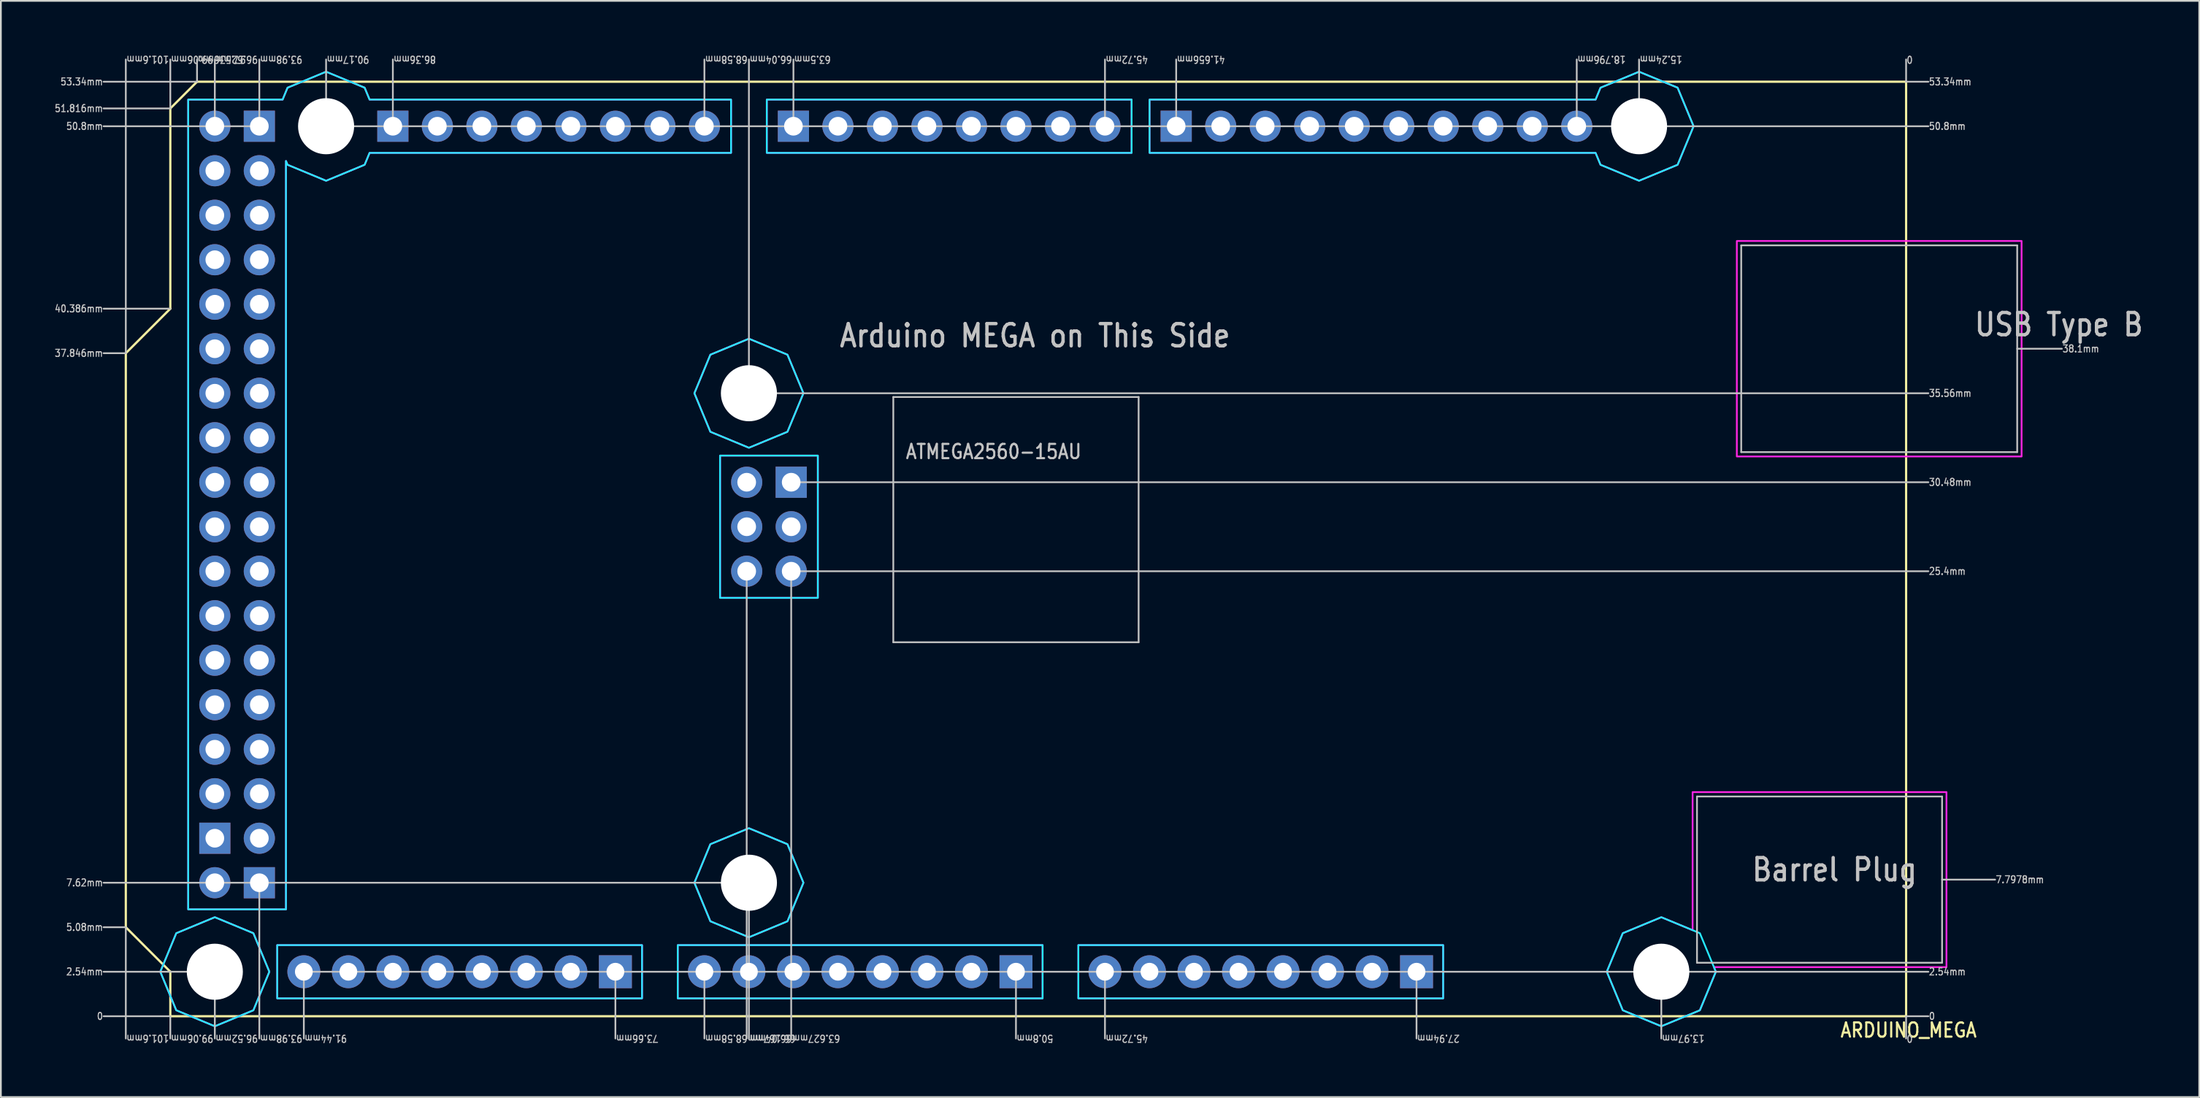
<source format=kicad_pcb>
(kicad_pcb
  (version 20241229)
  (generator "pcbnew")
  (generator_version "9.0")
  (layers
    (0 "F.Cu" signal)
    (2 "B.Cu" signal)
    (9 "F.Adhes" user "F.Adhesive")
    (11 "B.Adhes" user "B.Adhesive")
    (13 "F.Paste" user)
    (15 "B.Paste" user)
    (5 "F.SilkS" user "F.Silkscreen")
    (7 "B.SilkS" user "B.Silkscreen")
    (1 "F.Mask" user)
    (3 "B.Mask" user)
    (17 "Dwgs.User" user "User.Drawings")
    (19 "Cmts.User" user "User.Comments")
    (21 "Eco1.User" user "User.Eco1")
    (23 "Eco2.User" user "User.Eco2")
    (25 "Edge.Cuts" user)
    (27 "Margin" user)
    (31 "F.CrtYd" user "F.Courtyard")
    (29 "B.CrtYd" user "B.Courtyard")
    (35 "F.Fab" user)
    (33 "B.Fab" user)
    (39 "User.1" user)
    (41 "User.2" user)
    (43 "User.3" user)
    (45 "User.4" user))
  (footprint "ARDUINO_MEGA"
    (layer "F.Cu")
    (at 105.73 54.955)
    (property "Reference" "ARDUINO_MEGA" (at -3.81 1.27 0) (unlocked yes) (layer "F.SilkS") (effects (font (size 0.813 0.695) (thickness 0.122)) (justify left bottom)))
    (fp_circle (center -96.52 -2.54) (end -93.67 -2.54) (stroke (width 0) (type solid)) (fill yes) (layer "F.Mask"))
    (fp_circle (center -96.52 -2.54) (end -93.67 -2.54) (stroke (width 0) (type solid)) (fill yes) (layer "F.Mask"))
    (fp_circle (center -90.17 -50.8) (end -87.32 -50.8) (stroke (width 0) (type solid)) (fill yes) (layer "F.Mask"))
    (fp_circle (center -90.17 -50.8) (end -87.32 -50.8) (stroke (width 0) (type solid)) (fill yes) (layer "F.Mask"))
    (fp_circle (center -66.04 -35.56) (end -63.19 -35.56) (stroke (width 0) (type solid)) (fill yes) (layer "F.Mask"))
    (fp_circle (center -66.04 -35.56) (end -63.19 -35.56) (stroke (width 0) (type solid)) (fill yes) (layer "F.Mask"))
    (fp_circle (center -66.04 -7.62) (end -63.19 -7.62) (stroke (width 0) (type solid)) (fill yes) (layer "F.Mask"))
    (fp_circle (center -66.04 -7.62) (end -63.19 -7.62) (stroke (width 0) (type solid)) (fill yes) (layer "F.Mask"))
    (fp_circle (center -15.24 -50.8) (end -12.39 -50.8) (stroke (width 0) (type solid)) (fill yes) (layer "F.Mask"))
    (fp_circle (center -15.24 -50.8) (end -12.39 -50.8) (stroke (width 0) (type solid)) (fill yes) (layer "F.Mask"))
    (fp_circle (center -13.97 -2.54) (end -11.12 -2.54) (stroke (width 0) (type solid)) (fill yes) (layer "F.Mask"))
    (fp_circle (center -13.97 -2.54) (end -11.12 -2.54) (stroke (width 0) (type solid)) (fill yes) (layer "F.Mask"))
    (fp_circle (center -96.52 -2.54) (end -93.67 -2.54) (stroke (width 0) (type solid)) (fill yes) (layer "B.Mask"))
    (fp_circle (center -90.17 -50.8) (end -87.32 -50.8) (stroke (width 0) (type solid)) (fill yes) (layer "B.Mask"))
    (fp_circle (center -66.04 -35.56) (end -63.19 -35.56) (stroke (width 0) (type solid)) (fill yes) (layer "B.Mask"))
    (fp_circle (center -66.04 -7.62) (end -63.19 -7.62) (stroke (width 0) (type solid)) (fill yes) (layer "B.Mask"))
    (fp_circle (center -15.24 -50.8) (end -12.39 -50.8) (stroke (width 0) (type solid)) (fill yes) (layer "B.Mask"))
    (fp_circle (center -13.97 -2.54) (end -11.12 -2.54) (stroke (width 0) (type solid)) (fill yes) (layer "B.Mask"))
    (fp_line (start -101.6 -37.846) (end -101.6 -5.08) (stroke (width 0.127) (type solid)) (layer "F.SilkS"))
    (fp_line (start -101.6 -5.08) (end -99.06 -2.54) (stroke (width 0.127) (type solid)) (layer "F.SilkS"))
    (fp_line (start -99.06 -51.816) (end -99.06 -40.386) (stroke (width 0.127) (type solid)) (layer "F.SilkS"))
    (fp_line (start -99.06 -40.386) (end -101.6 -37.846) (stroke (width 0.127) (type solid)) (layer "F.SilkS"))
    (fp_line (start -99.06 -2.54) (end -99.06 0) (stroke (width 0.127) (type solid)) (layer "F.SilkS"))
    (fp_line (start -99.06 0) (end 0 0) (stroke (width 0.127) (type solid)) (layer "F.SilkS"))
    (fp_line (start -97.536 -53.34) (end -99.06 -51.816) (stroke (width 0.127) (type solid)) (layer "F.SilkS"))
    (fp_line (start 0 -53.34) (end -97.536 -53.34) (stroke (width 0.127) (type solid)) (layer "F.SilkS"))
    (fp_line (start 0 0) (end 0 -53.34) (stroke (width 0.127) (type solid)) (layer "F.SilkS"))
    (fp_line (start -101.6 -37.846) (end -102.87 -37.846) (stroke (width 0.1) (type solid)) (layer "Dwgs.User"))
    (fp_line (start -101.6 -37.846) (end -101.6 -54.61) (stroke (width 0.1) (type solid)) (layer "Dwgs.User"))
    (fp_line (start -101.6 -5.08) (end -102.87 -5.08) (stroke (width 0.1) (type solid)) (layer "Dwgs.User"))
    (fp_line (start -101.6 -5.08) (end -101.6 1.27) (stroke (width 0.1) (type solid)) (layer "Dwgs.User"))
    (fp_line (start -99.06 -51.816) (end -102.87 -51.816) (stroke (width 0.1) (type solid)) (layer "Dwgs.User"))
    (fp_line (start -99.06 -51.816) (end -99.06 -54.61) (stroke (width 0.1) (type solid)) (layer "Dwgs.User"))
    (fp_line (start -99.06 -40.386) (end -102.87 -40.386) (stroke (width 0.1) (type solid)) (layer "Dwgs.User"))
    (fp_line (start -99.06 0) (end -102.87 0) (stroke (width 0.1) (type solid)) (layer "Dwgs.User"))
    (fp_line (start -99.06 0) (end -99.06 1.27) (stroke (width 0.1) (type solid)) (layer "Dwgs.User"))
    (fp_line (start -97.536 -53.34) (end -102.87 -53.34) (stroke (width 0.1) (type solid)) (layer "Dwgs.User"))
    (fp_line (start -97.536 -53.34) (end -97.536 -54.61) (stroke (width 0.1) (type solid)) (layer "Dwgs.User"))
    (fp_line (start -96.52 -50.8) (end -102.87 -50.8) (stroke (width 0.1) (type solid)) (layer "Dwgs.User"))
    (fp_line (start -96.52 -50.8) (end -96.52 -54.61) (stroke (width 0.1) (type solid)) (layer "Dwgs.User"))
    (fp_line (start -96.52 -2.54) (end -102.87 -2.54) (stroke (width 0.1) (type solid)) (layer "Dwgs.User"))
    (fp_line (start -96.52 -2.54) (end -96.52 1.27) (stroke (width 0.1) (type solid)) (layer "Dwgs.User"))
    (fp_line (start -93.98 -50.8) (end -96.52 -50.8) (stroke (width 0.1) (type solid)) (layer "Dwgs.User"))
    (fp_line (start -93.98 -50.8) (end -93.98 -54.61) (stroke (width 0.1) (type solid)) (layer "Dwgs.User"))
    (fp_line (start -93.98 -7.62) (end -93.98 1.27) (stroke (width 0.1) (type solid)) (layer "Dwgs.User"))
    (fp_line (start -91.44 -2.54) (end -91.44 1.27) (stroke (width 0.1) (type solid)) (layer "Dwgs.User"))
    (fp_line (start -91.44 -2.54) (end -13.97 -2.54) (stroke (width 0.1) (type solid)) (layer "Dwgs.User"))
    (fp_line (start -90.17 -50.8) (end -90.17 -54.61) (stroke (width 0.1) (type solid)) (layer "Dwgs.User"))
    (fp_line (start -90.17 -50.8) (end -86.36 -50.8) (stroke (width 0.1) (type solid)) (layer "Dwgs.User"))
    (fp_line (start -86.36 -50.8) (end -86.36 -54.61) (stroke (width 0.1) (type solid)) (layer "Dwgs.User"))
    (fp_line (start -86.36 -50.8) (end -68.58 -50.8) (stroke (width 0.1) (type solid)) (layer "Dwgs.User"))
    (fp_line (start -73.66 -2.54) (end -73.66 1.27) (stroke (width 0.1) (type solid)) (layer "Dwgs.User"))
    (fp_line (start -68.58 -50.8) (end -68.58 -54.61) (stroke (width 0.1) (type solid)) (layer "Dwgs.User"))
    (fp_line (start -68.58 -50.8) (end -63.5 -50.8) (stroke (width 0.1) (type solid)) (layer "Dwgs.User"))
    (fp_line (start -68.58 -2.54) (end -68.58 1.27) (stroke (width 0.1) (type solid)) (layer "Dwgs.User"))
    (fp_line (start -66.167 -25.4) (end -66.167 1.27) (stroke (width 0.1) (type solid)) (layer "Dwgs.User"))
    (fp_line (start -66.04 -35.56) (end -66.04 -54.61) (stroke (width 0.1) (type solid)) (layer "Dwgs.User"))
    (fp_line (start -66.04 -35.56) (end 1.27 -35.56) (stroke (width 0.1) (type solid)) (layer "Dwgs.User"))
    (fp_line (start -66.04 -7.62) (end -102.87 -7.62) (stroke (width 0.1) (type solid)) (layer "Dwgs.User"))
    (fp_line (start -66.04 -7.62) (end -66.04 1.27) (stroke (width 0.1) (type solid)) (layer "Dwgs.User"))
    (fp_line (start -63.627 -25.4) (end -63.627 1.27) (stroke (width 0.1) (type solid)) (layer "Dwgs.User"))
    (fp_line (start -63.627 -25.4) (end 1.27 -25.4) (stroke (width 0.1) (type solid)) (layer "Dwgs.User"))
    (fp_line (start -63.5 -50.8) (end -63.5 -54.61) (stroke (width 0.1) (type solid)) (layer "Dwgs.User"))
    (fp_line (start -63.5 -50.8) (end -45.72 -50.8) (stroke (width 0.1) (type solid)) (layer "Dwgs.User"))
    (fp_line (start -63.5 -30.48) (end 1.27 -30.48) (stroke (width 0.1) (type solid)) (layer "Dwgs.User"))
    (fp_line (start -57.8 -35.346) (end -57.8 -21.346) (stroke (width 0.1) (type solid)) (layer "Dwgs.User"))
    (fp_line (start -57.8 -21.346) (end -43.8 -21.346) (stroke (width 0.1) (type solid)) (layer "Dwgs.User"))
    (fp_line (start -50.8 -2.54) (end -50.8 1.27) (stroke (width 0.1) (type solid)) (layer "Dwgs.User"))
    (fp_line (start -45.72 -50.8) (end -45.72 -54.61) (stroke (width 0.1) (type solid)) (layer "Dwgs.User"))
    (fp_line (start -45.72 -50.8) (end -41.656 -50.8) (stroke (width 0.1) (type solid)) (layer "Dwgs.User"))
    (fp_line (start -45.72 -2.54) (end -45.72 1.27) (stroke (width 0.1) (type solid)) (layer "Dwgs.User"))
    (fp_line (start -43.8 -35.346) (end -57.8 -35.346) (stroke (width 0.1) (type solid)) (layer "Dwgs.User"))
    (fp_line (start -43.8 -21.346) (end -43.8 -35.346) (stroke (width 0.1) (type solid)) (layer "Dwgs.User"))
    (fp_line (start -41.656 -50.8) (end -41.656 -54.61) (stroke (width 0.1) (type solid)) (layer "Dwgs.User"))
    (fp_line (start -41.656 -50.8) (end -18.796 -50.8) (stroke (width 0.1) (type solid)) (layer "Dwgs.User"))
    (fp_line (start -27.94 -2.54) (end -27.94 1.27) (stroke (width 0.1) (type solid)) (layer "Dwgs.User"))
    (fp_line (start -18.796 -50.8) (end -18.796 -54.61) (stroke (width 0.1) (type solid)) (layer "Dwgs.User"))
    (fp_line (start -18.796 -50.8) (end -15.24 -50.8) (stroke (width 0.1) (type solid)) (layer "Dwgs.User"))
    (fp_line (start -15.24 -50.8) (end -15.24 -54.61) (stroke (width 0.1) (type solid)) (layer "Dwgs.User"))
    (fp_line (start -15.24 -50.8) (end 1.27 -50.8) (stroke (width 0.1) (type solid)) (layer "Dwgs.User"))
    (fp_line (start -13.97 -2.54) (end -13.97 1.27) (stroke (width 0.1) (type solid)) (layer "Dwgs.User"))
    (fp_line (start -13.97 -2.54) (end 1.27 -2.54) (stroke (width 0.1) (type solid)) (layer "Dwgs.User"))
    (fp_line (start -11.934 -12.544) (end -11.934 -3.052) (stroke (width 0.1) (type solid)) (layer "Dwgs.User"))
    (fp_line (start -11.934 -3.052) (end 2.053 -3.052) (stroke (width 0.1) (type solid)) (layer "Dwgs.User"))
    (fp_line (start -9.41 -44) (end 6.34 -44) (stroke (width 0.1) (type solid)) (layer "Dwgs.User"))
    (fp_line (start -9.41 -32.2) (end -9.41 -44) (stroke (width 0.1) (type solid)) (layer "Dwgs.User"))
    (fp_line (start 0 -53.34) (end 0 -54.61) (stroke (width 0.1) (type solid)) (layer "Dwgs.User"))
    (fp_line (start 0 -53.34) (end 1.27 -53.34) (stroke (width 0.1) (type solid)) (layer "Dwgs.User"))
    (fp_line (start 0 0) (end 0 1.27) (stroke (width 0.1) (type solid)) (layer "Dwgs.User"))
    (fp_line (start 0 0) (end 1.27 0) (stroke (width 0.1) (type solid)) (layer "Dwgs.User"))
    (fp_line (start 2.053 -12.544) (end -11.934 -12.544) (stroke (width 0.1) (type solid)) (layer "Dwgs.User"))
    (fp_line (start 2.053 -3.052) (end 2.053 -12.544) (stroke (width 0.1) (type solid)) (layer "Dwgs.User"))
    (fp_line (start 5.08 -7.798) (end 2.053 -7.798) (stroke (width 0.1) (type solid)) (layer "Dwgs.User"))
    (fp_line (start 6.34 -44) (end 6.34 -32.2) (stroke (width 0.1) (type solid)) (layer "Dwgs.User"))
    (fp_line (start 6.34 -32.2) (end -9.41 -32.2) (stroke (width 0.1) (type solid)) (layer "Dwgs.User"))
    (fp_line (start 8.89 -38.1) (end 6.34 -38.1) (stroke (width 0.1) (type solid)) (layer "Dwgs.User"))
    (fp_poly (pts (xy -72.14 -4.06) (xy -92.96 -4.06) (xy -92.96 -1.02) (xy -72.14 -1.02)) (stroke (width 0.1) (type solid)) (fill no) (layer "B.CrtYd"))
    (fp_poly (pts (xy -62.107 -32) (xy -67.687 -32) (xy -67.687 -23.88) (xy -62.107 -23.88)) (stroke (width 0.1) (type solid)) (fill no) (layer "B.CrtYd"))
    (fp_poly (pts (xy -49.28 -4.06) (xy -70.1 -4.06) (xy -70.1 -1.02) (xy -49.28 -1.02)) (stroke (width 0.1) (type solid)) (fill no) (layer "B.CrtYd"))
    (fp_poly (pts (xy -44.2 -52.32) (xy -65.02 -52.32) (xy -65.02 -49.28) (xy -44.2 -49.28)) (stroke (width 0.1) (type solid)) (fill no) (layer "B.CrtYd"))
    (fp_poly (pts (xy -26.42 -4.06) (xy -47.24 -4.06) (xy -47.24 -1.02) (xy -26.42 -1.02)) (stroke (width 0.1) (type solid)) (fill no) (layer "B.CrtYd"))
    (fp_poly (pts (xy -99.632 -2.54) (xy -98.72 -4.74) (xy -96.52 -5.652) (xy -94.32 -4.74) (xy -93.408 -2.54) (xy -94.32 -0.34) (xy -96.52 0.572) (xy -98.72 -0.34)) (stroke (width 0.1) (type solid)) (fill no) (layer "B.CrtYd"))
    (fp_poly (pts (xy -69.152 -35.56) (xy -68.24 -37.76) (xy -66.04 -38.672) (xy -63.84 -37.76) (xy -62.928 -35.56) (xy -63.84 -33.36) (xy -66.04 -32.448) (xy -68.24 -33.36)) (stroke (width 0.1) (type solid)) (fill no) (layer "B.CrtYd"))
    (fp_poly (pts (xy -69.152 -7.62) (xy -68.24 -9.82) (xy -66.04 -10.732) (xy -63.84 -9.82) (xy -62.928 -7.62) (xy -63.84 -5.42) (xy -66.04 -4.508) (xy -68.24 -5.42)) (stroke (width 0.1) (type solid)) (fill no) (layer "B.CrtYd"))
    (fp_poly (pts (xy -17.082 -2.54) (xy -16.17 -4.74) (xy -13.97 -5.652) (xy -11.77 -4.74) (xy -10.858 -2.54) (xy -11.77 -0.34) (xy -13.97 0.572) (xy -16.17 -0.34)) (stroke (width 0.1) (type solid)) (fill no) (layer "B.CrtYd"))
    (fp_poly (pts (xy -17.722 -52.32) (xy -17.44 -53) (xy -15.24 -53.912) (xy -13.04 -53) (xy -12.128 -50.8) (xy -13.04 -48.6) (xy -15.24 -47.688) (xy -17.44 -48.6) (xy -17.722 -49.28) (xy -43.176 -49.28) (xy -43.176 -52.32)) (stroke (width 0.1) (type solid)) (fill no) (layer "B.CrtYd"))
    (fp_poly (pts (xy -92.652 -52.32) (xy -92.37 -53) (xy -90.17 -53.912) (xy -87.97 -53) (xy -87.688 -52.32) (xy -67.06 -52.32) (xy -67.06 -49.28) (xy -87.688 -49.28) (xy -87.97 -48.6) (xy -90.17 -47.688) (xy -92.37 -48.6) (xy -92.46 -48.816) (xy -92.46 -6.1) (xy -98.04 -6.1) (xy -98.04 -52.32)) (stroke (width 0.1) (type solid)) (fill no) (layer "B.CrtYd"))
    (fp_poly (pts (xy -72.14 -4.06) (xy -92.96 -4.06) (xy -92.96 -1.02) (xy -72.14 -1.02)) (stroke (width 0.1) (type solid)) (fill no) (layer "F.CrtYd"))
    (fp_poly (pts (xy -62.107 -32) (xy -67.687 -32) (xy -67.687 -23.88) (xy -62.107 -23.88)) (stroke (width 0.1) (type solid)) (fill no) (layer "F.CrtYd"))
    (fp_poly (pts (xy -49.28 -4.06) (xy -70.1 -4.06) (xy -70.1 -1.02) (xy -49.28 -1.02)) (stroke (width 0.1) (type solid)) (fill no) (layer "F.CrtYd"))
    (fp_poly (pts (xy -44.2 -52.32) (xy -65.02 -52.32) (xy -65.02 -49.28) (xy -44.2 -49.28)) (stroke (width 0.1) (type solid)) (fill no) (layer "F.CrtYd"))
    (fp_poly (pts (xy -26.42 -4.06) (xy -47.24 -4.06) (xy -47.24 -1.02) (xy -26.42 -1.02)) (stroke (width 0.1) (type solid)) (fill no) (layer "F.CrtYd"))
    (fp_poly (pts (xy 6.59 -44.25) (xy 6.59 -31.95) (xy -9.66 -31.95) (xy -9.66 -44.25)) (stroke (width 0.1) (type solid)) (fill no) (layer "F.CrtYd"))
    (fp_poly (pts (xy -99.632 -2.54) (xy -98.72 -4.74) (xy -96.52 -5.652) (xy -94.32 -4.74) (xy -93.408 -2.54) (xy -94.32 -0.34) (xy -96.52 0.572) (xy -98.72 -0.34)) (stroke (width 0.1) (type solid)) (fill no) (layer "F.CrtYd"))
    (fp_poly (pts (xy -69.152 -35.56) (xy -68.24 -37.76) (xy -66.04 -38.672) (xy -63.84 -37.76) (xy -62.928 -35.56) (xy -63.84 -33.36) (xy -66.04 -32.448) (xy -68.24 -33.36)) (stroke (width 0.1) (type solid)) (fill no) (layer "F.CrtYd"))
    (fp_poly (pts (xy -69.152 -7.62) (xy -68.24 -9.82) (xy -66.04 -10.732) (xy -63.84 -9.82) (xy -62.928 -7.62) (xy -63.84 -5.42) (xy -66.04 -4.508) (xy -68.24 -5.42)) (stroke (width 0.1) (type solid)) (fill no) (layer "F.CrtYd"))
    (fp_poly (pts (xy -17.722 -52.32) (xy -17.44 -53) (xy -15.24 -53.912) (xy -13.04 -53) (xy -12.128 -50.8) (xy -13.04 -48.6) (xy -15.24 -47.688) (xy -17.44 -48.6) (xy -17.722 -49.28) (xy -43.176 -49.28) (xy -43.176 -52.32)) (stroke (width 0.1) (type solid)) (fill no) (layer "F.CrtYd"))
    (fp_poly (pts (xy -17.082 -2.54) (xy -16.17 -4.74) (xy -13.97 -5.652) (xy -12.184 -4.912) (xy -12.184 -12.794) (xy 2.303 -12.794) (xy 2.303 -2.802) (xy -10.967 -2.802) (xy -10.858 -2.54) (xy -11.77 -0.34) (xy -13.97 0.572) (xy -16.17 -0.34)) (stroke (width 0.1) (type solid)) (fill no) (layer "F.CrtYd"))
    (fp_poly (pts (xy -92.652 -52.32) (xy -92.37 -53) (xy -90.17 -53.912) (xy -87.97 -53) (xy -87.688 -52.32) (xy -67.06 -52.32) (xy -67.06 -49.28) (xy -87.688 -49.28) (xy -87.97 -48.6) (xy -90.17 -47.688) (xy -92.37 -48.6) (xy -92.46 -48.816) (xy -92.46 -6.1) (xy -98.04 -6.1) (xy -98.04 -52.32)) (stroke (width 0.1) (type solid)) (fill no) (layer "F.CrtYd"))
    (fp_text user "90.17mm" (at -90.17 -54.61 180) (unlocked yes) (layer "Dwgs.User") (effects (font (size 0.406 0.347) (thickness 0.061)) (justify right)))
    (fp_text user "7.7978mm" (at 5.08 -7.798 0) (unlocked yes) (layer "Dwgs.User") (effects (font (size 0.406 0.347) (thickness 0.061)) (justify left)))
    (fp_text user "35.56mm" (at 1.27 -35.56 0) (unlocked yes) (layer "Dwgs.User") (effects (font (size 0.406 0.347) (thickness 0.061)) (justify left)))
    (fp_text user "63.5mm" (at -63.5 -54.61 180) (unlocked yes) (layer "Dwgs.User") (effects (font (size 0.406 0.347) (thickness 0.061)) (justify right)))
    (fp_text user "66.04mm" (at -66.04 -54.61 180) (unlocked yes) (layer "Dwgs.User") (effects (font (size 0.406 0.347) (thickness 0.061)) (justify right)))
    (fp_text user "13.97mm" (at -13.97 1.27 180) (unlocked yes) (layer "Dwgs.User") (effects (font (size 0.406 0.347) (thickness 0.061)) (justify right)))
    (fp_text user "86.36mm" (at -86.36 -54.61 180) (unlocked yes) (layer "Dwgs.User") (effects (font (size 0.406 0.347) (thickness 0.061)) (justify right)))
    (fp_text user "63.627mm" (at -63.627 1.27 180) (unlocked yes) (layer "Dwgs.User") (effects (font (size 0.406 0.347) (thickness 0.061)) (justify right)))
    (fp_text user "66.167mm" (at -66.167 1.27 180) (unlocked yes) (layer "Dwgs.User") (effects (font (size 0.406 0.347) (thickness 0.061)) (justify right)))
    (fp_text user "5.08mm" (at -102.87 -5.08 0) (unlocked yes) (layer "Dwgs.User") (effects (font (size 0.406 0.347) (thickness 0.061)) (justify right)))
    (fp_text user "50.8mm" (at -102.87 -50.8 0) (unlocked yes) (layer "Dwgs.User") (effects (font (size 0.406 0.347) (thickness 0.061)) (justify right)))
    (fp_text user "15.24mm" (at -15.24 -54.61 180) (unlocked yes) (layer "Dwgs.User") (effects (font (size 0.406 0.347) (thickness 0.061)) (justify right)))
    (fp_text user "68.58mm" (at -68.58 -54.61 180) (unlocked yes) (layer "Dwgs.User") (effects (font (size 0.406 0.347) (thickness 0.061)) (justify right)))
    (fp_text user "25.4mm" (at 1.27 -25.4 0) (unlocked yes) (layer "Dwgs.User") (effects (font (size 0.406 0.347) (thickness 0.061)) (justify left)))
    (fp_text user "2.54mm" (at -102.87 -2.54 0) (unlocked yes) (layer "Dwgs.User") (effects (font (size 0.406 0.347) (thickness 0.061)) (justify right)))
    (fp_text user "USB Type B" (at 3.81 -38.735 0) (unlocked yes) (layer "Dwgs.User") (effects (font (size 1.27 1.086) (thickness 0.191)) (justify left bottom)))
    (fp_text user "96.52mm" (at -96.52 1.27 180) (unlocked yes) (layer "Dwgs.User") (effects (font (size 0.406 0.347) (thickness 0.061)) (justify right)))
    (fp_text user "40.386mm" (at -102.87 -40.386 0) (unlocked yes) (layer "Dwgs.User") (effects (font (size 0.406 0.347) (thickness 0.061)) (justify right)))
    (fp_text user "18.796mm" (at -18.796 -54.61 180) (unlocked yes) (layer "Dwgs.User") (effects (font (size 0.406 0.347) (thickness 0.061)) (justify right)))
    (fp_text user "73.66mm" (at -73.66 1.27 180) (unlocked yes) (layer "Dwgs.User") (effects (font (size 0.406 0.347) (thickness 0.061)) (justify right)))
    (fp_text user "101.6mm" (at -101.6 1.27 180) (unlocked yes) (layer "Dwgs.User") (effects (font (size 0.406 0.347) (thickness 0.061)) (justify right)))
    (fp_text user "51.816mm" (at -102.87 -51.816 0) (unlocked yes) (layer "Dwgs.User") (effects (font (size 0.406 0.347) (thickness 0.061)) (justify right)))
    (fp_text user "0" (at 0 -54.61 180) (unlocked yes) (layer "Dwgs.User") (effects (font (size 0.406 0.347) (thickness 0.061)) (justify right)))
    (fp_text user "96.52mm" (at -96.52 -54.61 180) (unlocked yes) (layer "Dwgs.User") (effects (font (size 0.406 0.347) (thickness 0.061)) (justify right)))
    (fp_text user "68.58mm" (at -68.58 1.27 180) (unlocked yes) (layer "Dwgs.User") (effects (font (size 0.406 0.347) (thickness 0.061)) (justify right)))
    (fp_text user "99.06mm" (at -99.06 -54.61 180) (unlocked yes) (layer "Dwgs.User") (effects (font (size 0.406 0.347) (thickness 0.061)) (justify right)))
    (fp_text user "91.44mm" (at -91.44 1.27 180) (unlocked yes) (layer "Dwgs.User") (effects (font (size 0.406 0.347) (thickness 0.061)) (justify right)))
    (fp_text user "50.8mm" (at -50.8 1.27 180) (unlocked yes) (layer "Dwgs.User") (effects (font (size 0.406 0.347) (thickness 0.061)) (justify right)))
    (fp_text user "66.04mm" (at -66.04 1.27 180) (unlocked yes) (layer "Dwgs.User") (effects (font (size 0.406 0.347) (thickness 0.061)) (justify right)))
    (fp_text user "0" (at 0 1.27 180) (unlocked yes) (layer "Dwgs.User") (effects (font (size 0.406 0.347) (thickness 0.061)) (justify right)))
    (fp_text user "53.34mm" (at 1.27 -53.34 0) (unlocked yes) (layer "Dwgs.User") (effects (font (size 0.406 0.347) (thickness 0.061)) (justify left)))
    (fp_text user "Arduino MEGA on This Side" (at -60.96 -38.1 0) (unlocked yes) (layer "Dwgs.User") (effects (font (size 1.27 1.086) (thickness 0.191)) (justify left bottom)))
    (fp_text user "2.54mm" (at 1.27 -2.54 0) (unlocked yes) (layer "Dwgs.User") (effects (font (size 0.406 0.347) (thickness 0.061)) (justify left)))
    (fp_text user "45.72mm" (at -45.72 -54.61 180) (unlocked yes) (layer "Dwgs.User") (effects (font (size 0.406 0.347) (thickness 0.061)) (justify right)))
    (fp_text user "Barrel Plug" (at -8.89 -7.62 0) (unlocked yes) (layer "Dwgs.User") (effects (font (size 1.27 1.086) (thickness 0.191)) (justify left bottom)))
    (fp_text user "0" (at -102.87 0 0) (unlocked yes) (layer "Dwgs.User") (effects (font (size 0.406 0.347) (thickness 0.061)) (justify right)))
    (fp_text user "97.536mm" (at -97.536 -54.61 180) (unlocked yes) (layer "Dwgs.User") (effects (font (size 0.406 0.347) (thickness 0.061)) (justify right)))
    (fp_text user "ATMEGA2560-15AU" (at -57.15 -31.75 0) (unlocked yes) (layer "Dwgs.User") (effects (font (size 0.813 0.695) (thickness 0.122)) (justify left bottom)))
    (fp_text user "7.62mm" (at -102.87 -7.62 0) (unlocked yes) (layer "Dwgs.User") (effects (font (size 0.406 0.347) (thickness 0.061)) (justify right)))
    (fp_text user "101.6mm" (at -101.6 -54.61 180) (unlocked yes) (layer "Dwgs.User") (effects (font (size 0.406 0.347) (thickness 0.061)) (justify right)))
    (fp_text user "50.8mm" (at 1.27 -50.8 0) (unlocked yes) (layer "Dwgs.User") (effects (font (size 0.406 0.347) (thickness 0.061)) (justify left)))
    (fp_text user "93.98mm" (at -93.98 -54.61 180) (unlocked yes) (layer "Dwgs.User") (effects (font (size 0.406 0.347) (thickness 0.061)) (justify right)))
    (fp_text user "99.06mm" (at -99.06 1.27 180) (unlocked yes) (layer "Dwgs.User") (effects (font (size 0.406 0.347) (thickness 0.061)) (justify right)))
    (fp_text user "93.98mm" (at -93.98 1.27 180) (unlocked yes) (layer "Dwgs.User") (effects (font (size 0.406 0.347) (thickness 0.061)) (justify right)))
    (fp_text user "0" (at 1.27 0 0) (unlocked yes) (layer "Dwgs.User") (effects (font (size 0.406 0.347) (thickness 0.061)) (justify left)))
    (fp_text user "37.846mm" (at -102.87 -37.846 0) (unlocked yes) (layer "Dwgs.User") (effects (font (size 0.406 0.347) (thickness 0.061)) (justify right)))
    (fp_text user "45.72mm" (at -45.72 1.27 180) (unlocked yes) (layer "Dwgs.User") (effects (font (size 0.406 0.347) (thickness 0.061)) (justify right)))
    (fp_text user "53.34mm" (at -102.87 -53.34 0) (unlocked yes) (layer "Dwgs.User") (effects (font (size 0.406 0.347) (thickness 0.061)) (justify right)))
    (fp_text user "27.94mm" (at -27.94 1.27 180) (unlocked yes) (layer "Dwgs.User") (effects (font (size 0.406 0.347) (thickness 0.061)) (justify right)))
    (fp_text user "38.1mm" (at 8.89 -38.1 0) (unlocked yes) (layer "Dwgs.User") (effects (font (size 0.406 0.347) (thickness 0.061)) (justify left)))
    (fp_text user "30.48mm" (at 1.27 -30.48 0) (unlocked yes) (layer "Dwgs.User") (effects (font (size 0.406 0.347) (thickness 0.061)) (justify left)))
    (fp_text user "41.656mm" (at -41.656 -54.61 180) (unlocked yes) (layer "Dwgs.User") (effects (font (size 0.406 0.347) (thickness 0.061)) (justify right)))
    (pad "" np_thru_hole circle (at -96.52 -2.54) (size 3.2 3.2) (drill 3.2) (layers "*.Cu" "*.Mask"))
    (pad "" np_thru_hole circle (at -90.17 -50.8) (size 3.2 3.2) (drill 3.2) (layers "*.Cu" "*.Mask"))
    (pad "" np_thru_hole circle (at -66.04 -35.56) (size 3.2 3.2) (drill 3.2) (layers "*.Cu" "*.Mask"))
    (pad "" np_thru_hole circle (at -66.04 -7.62) (size 3.2 3.2) (drill 3.2) (layers "*.Cu" "*.Mask"))
    (pad "" np_thru_hole circle (at -15.24 -50.8) (size 3.2 3.2) (drill 3.2) (layers "*.Cu" "*.Mask"))
    (pad "" np_thru_hole circle (at -13.97 -2.54) (size 3.2 3.2) (drill 3.2) (layers "*.Cu" "*.Mask"))
    (pad "0" thru_hole rect (at -63.5 -50.8 270) (size 1.778 1.778) (drill 1.067) (layers "*.Cu" "*.Mask"))
    (pad "1" thru_hole oval (at -60.96 -50.8 270) (size 1.778 1.778) (drill 1.067) (layers "*.Cu" "*.Mask"))
    (pad "2" thru_hole oval (at -58.42 -50.8 270) (size 1.778 1.778) (drill 1.067) (layers "*.Cu" "*.Mask"))
    (pad "3" thru_hole oval (at -55.88 -50.8 270) (size 1.778 1.778) (drill 1.067) (layers "*.Cu" "*.Mask"))
    (pad "3V3" thru_hole oval (at -35.56 -2.54 90) (size 1.88 1.88) (drill 1.016) (layers "*.Cu" "*.Mask"))
    (pad "4" thru_hole oval (at -53.34 -50.8 270) (size 1.778 1.778) (drill 1.067) (layers "*.Cu" "*.Mask"))
    (pad "5" thru_hole oval (at -50.8 -50.8 270) (size 1.778 1.778) (drill 1.067) (layers "*.Cu" "*.Mask"))
    (pad "5V0" thru_hole oval (at -38.1 -2.54 90) (size 1.88 1.88) (drill 1.016) (layers "*.Cu" "*.Mask"))
    (pad "5V0_1" thru_hole rect (at -93.98 -50.8 90) (size 1.778 1.778) (drill 1.067) (layers "*.Cu" "*.Mask"))
    (pad "5V0_2" thru_hole oval (at -96.52 -50.8 90) (size 1.778 1.778) (drill 1.067) (layers "*.Cu" "*.Mask"))
    (pad "5V_2" thru_hole oval (at -66.167 -30.48 180) (size 1.778 1.778) (drill 1.067) (layers "*.Cu" "*.Mask"))
    (pad "6" thru_hole oval (at -48.26 -50.8 270) (size 1.778 1.778) (drill 1.067) (layers "*.Cu" "*.Mask"))
    (pad "7" thru_hole oval (at -45.72 -50.8 270) (size 1.778 1.778) (drill 1.067) (layers "*.Cu" "*.Mask"))
    (pad "8" thru_hole rect (at -41.656 -50.8 270) (size 1.778 1.778) (drill 1.067) (layers "*.Cu" "*.Mask"))
    (pad "9" thru_hole oval (at -39.116 -50.8 270) (size 1.778 1.778) (drill 1.067) (layers "*.Cu" "*.Mask"))
    (pad "10" thru_hole oval (at -36.576 -50.8 270) (size 1.778 1.778) (drill 1.067) (layers "*.Cu" "*.Mask"))
    (pad "11" thru_hole oval (at -34.036 -50.8 270) (size 1.778 1.778) (drill 1.067) (layers "*.Cu" "*.Mask"))
    (pad "12" thru_hole oval (at -31.496 -50.8 270) (size 1.778 1.778) (drill 1.067) (layers "*.Cu" "*.Mask"))
    (pad "13" thru_hole oval (at -28.956 -50.8 270) (size 1.778 1.778) (drill 1.067) (layers "*.Cu" "*.Mask"))
    (pad "14" thru_hole oval (at -68.58 -50.8 270) (size 1.778 1.778) (drill 1.067) (layers "*.Cu" "*.Mask"))
    (pad "15" thru_hole oval (at -71.12 -50.8 270) (size 1.778 1.778) (drill 1.067) (layers "*.Cu" "*.Mask"))
    (pad "16" thru_hole oval (at -73.66 -50.8 270) (size 1.778 1.778) (drill 1.067) (layers "*.Cu" "*.Mask"))
    (pad "17" thru_hole oval (at -76.2 -50.8 270) (size 1.778 1.778) (drill 1.067) (layers "*.Cu" "*.Mask"))
    (pad "18" thru_hole oval (at -78.74 -50.8 270) (size 1.778 1.778) (drill 1.067) (layers "*.Cu" "*.Mask"))
    (pad "19" thru_hole oval (at -81.28 -50.8 270) (size 1.778 1.778) (drill 1.067) (layers "*.Cu" "*.Mask"))
    (pad "20" thru_hole oval (at -83.82 -50.8 270) (size 1.778 1.778) (drill 1.067) (layers "*.Cu" "*.Mask"))
    (pad "21" thru_hole rect (at -86.36 -50.8 270) (size 1.778 1.778) (drill 1.067) (layers "*.Cu" "*.Mask"))
    (pad "22" thru_hole oval (at -93.98 -48.26) (size 1.778 1.778) (drill 1.067) (layers "*.Cu" "*.Mask"))
    (pad "23" thru_hole oval (at -96.52 -48.26) (size 1.778 1.778) (drill 1.067) (layers "*.Cu" "*.Mask"))
    (pad "24" thru_hole oval (at -93.98 -45.72) (size 1.778 1.778) (drill 1.067) (layers "*.Cu" "*.Mask"))
    (pad "25" thru_hole oval (at -96.52 -45.72) (size 1.778 1.778) (drill 1.067) (layers "*.Cu" "*.Mask"))
    (pad "26" thru_hole oval (at -93.98 -43.18) (size 1.778 1.778) (drill 1.067) (layers "*.Cu" "*.Mask"))
    (pad "27" thru_hole oval (at -96.52 -43.18) (size 1.778 1.778) (drill 1.067) (layers "*.Cu" "*.Mask"))
    (pad "28" thru_hole oval (at -93.98 -40.64) (size 1.778 1.778) (drill 1.067) (layers "*.Cu" "*.Mask"))
    (pad "29" thru_hole oval (at -96.52 -40.64) (size 1.778 1.778) (drill 1.067) (layers "*.Cu" "*.Mask"))
    (pad "30" thru_hole oval (at -93.98 -38.1) (size 1.778 1.778) (drill 1.067) (layers "*.Cu" "*.Mask"))
    (pad "31" thru_hole oval (at -96.52 -38.1) (size 1.778 1.778) (drill 1.067) (layers "*.Cu" "*.Mask"))
    (pad "32" thru_hole oval (at -93.98 -35.56) (size 1.778 1.778) (drill 1.067) (layers "*.Cu" "*.Mask"))
    (pad "33" thru_hole oval (at -96.52 -35.56) (size 1.778 1.778) (drill 1.067) (layers "*.Cu" "*.Mask"))
    (pad "34" thru_hole oval (at -93.98 -33.02) (size 1.778 1.778) (drill 1.067) (layers "*.Cu" "*.Mask"))
    (pad "35" thru_hole oval (at -96.52 -33.02) (size 1.778 1.778) (drill 1.067) (layers "*.Cu" "*.Mask"))
    (pad "36" thru_hole oval (at -93.98 -30.48) (size 1.778 1.778) (drill 1.067) (layers "*.Cu" "*.Mask"))
    (pad "37" thru_hole oval (at -96.52 -30.48) (size 1.778 1.778) (drill 1.067) (layers "*.Cu" "*.Mask"))
    (pad "38" thru_hole oval (at -93.98 -27.94) (size 1.778 1.778) (drill 1.067) (layers "*.Cu" "*.Mask"))
    (pad "39" thru_hole oval (at -96.52 -27.94) (size 1.778 1.778) (drill 1.067) (layers "*.Cu" "*.Mask"))
    (pad "40" thru_hole oval (at -93.98 -25.4) (size 1.778 1.778) (drill 1.067) (layers "*.Cu" "*.Mask"))
    (pad "41" thru_hole oval (at -96.52 -25.4) (size 1.778 1.778) (drill 1.067) (layers "*.Cu" "*.Mask"))
    (pad "42" thru_hole oval (at -93.98 -22.86) (size 1.778 1.778) (drill 1.067) (layers "*.Cu" "*.Mask"))
    (pad "43" thru_hole oval (at -96.52 -22.86) (size 1.778 1.778) (drill 1.067) (layers "*.Cu" "*.Mask"))
    (pad "44" thru_hole oval (at -93.98 -20.32) (size 1.778 1.778) (drill 1.067) (layers "*.Cu" "*.Mask"))
    (pad "45" thru_hole oval (at -96.52 -20.32) (size 1.778 1.778) (drill 1.067) (layers "*.Cu" "*.Mask"))
    (pad "46" thru_hole oval (at -93.98 -17.78) (size 1.778 1.778) (drill 1.067) (layers "*.Cu" "*.Mask"))
    (pad "47" thru_hole oval (at -96.52 -17.78) (size 1.778 1.778) (drill 1.067) (layers "*.Cu" "*.Mask"))
    (pad "48" thru_hole oval (at -93.98 -15.24) (size 1.778 1.778) (drill 1.067) (layers "*.Cu" "*.Mask"))
    (pad "49" thru_hole oval (at -96.52 -15.24) (size 1.778 1.778) (drill 1.067) (layers "*.Cu" "*.Mask"))
    (pad "50" thru_hole oval (at -93.98 -12.7) (size 1.778 1.778) (drill 1.067) (layers "*.Cu" "*.Mask"))
    (pad "51" thru_hole oval (at -96.52 -12.7) (size 1.778 1.778) (drill 1.067) (layers "*.Cu" "*.Mask"))
    (pad "52" thru_hole oval (at -93.98 -10.16) (size 1.778 1.778) (drill 1.067) (layers "*.Cu" "*.Mask"))
    (pad "53" thru_hole rect (at -96.52 -10.16) (size 1.778 1.778) (drill 1.067) (layers "*.Cu" "*.Mask"))
    (pad "A0" thru_hole rect (at -50.8 -2.54 90) (size 1.88 1.88) (drill 1.016) (layers "*.Cu" "*.Mask"))
    (pad "A1" thru_hole oval (at -53.34 -2.54 90) (size 1.88 1.88) (drill 1.016) (layers "*.Cu" "*.Mask"))
    (pad "A2" thru_hole oval (at -55.88 -2.54 90) (size 1.88 1.88) (drill 1.016) (layers "*.Cu" "*.Mask"))
    (pad "A3" thru_hole oval (at -58.42 -2.54 90) (size 1.88 1.88) (drill 1.016) (layers "*.Cu" "*.Mask"))
    (pad "A4" thru_hole oval (at -60.96 -2.54 90) (size 1.88 1.88) (drill 1.016) (layers "*.Cu" "*.Mask"))
    (pad "A5" thru_hole oval (at -63.5 -2.54 90) (size 1.88 1.88) (drill 1.016) (layers "*.Cu" "*.Mask"))
    (pad "A6" thru_hole oval (at -66.04 -2.54 90) (size 1.88 1.88) (drill 1.016) (layers "*.Cu" "*.Mask"))
    (pad "A7" thru_hole oval (at -68.58 -2.54 90) (size 1.88 1.88) (drill 1.016) (layers "*.Cu" "*.Mask"))
    (pad "A8" thru_hole rect (at -73.66 -2.54 90) (size 1.88 1.88) (drill 1.016) (layers "*.Cu" "*.Mask"))
    (pad "A9" thru_hole oval (at -76.2 -2.54 90) (size 1.88 1.88) (drill 1.016) (layers "*.Cu" "*.Mask"))
    (pad "A10" thru_hole oval (at -78.74 -2.54 90) (size 1.88 1.88) (drill 1.016) (layers "*.Cu" "*.Mask"))
    (pad "A11" thru_hole oval (at -81.28 -2.54 90) (size 1.88 1.88) (drill 1.016) (layers "*.Cu" "*.Mask"))
    (pad "AREF" thru_hole oval (at -23.876 -50.8 270) (size 1.778 1.778) (drill 1.067) (layers "*.Cu" "*.Mask"))
    (pad "CANRX" thru_hole oval (at -88.9 -2.54 90) (size 1.88 1.88) (drill 1.016) (layers "*.Cu" "*.Mask"))
    (pad "CANTX" thru_hole oval (at -91.44 -2.54 90) (size 1.88 1.88) (drill 1.016) (layers "*.Cu" "*.Mask"))
    (pad "DAC0" thru_hole oval (at -83.82 -2.54 90) (size 1.88 1.88) (drill 1.016) (layers "*.Cu" "*.Mask"))
    (pad "DAC1" thru_hole oval (at -86.36 -2.54 90) (size 1.88 1.88) (drill 1.016) (layers "*.Cu" "*.Mask"))
    (pad "GND" thru_hole oval (at -40.64 -2.54 90) (size 1.88 1.88) (drill 1.016) (layers "*.Cu" "*.Mask"))
    (pad "GND_1" thru_hole oval (at -43.18 -2.54 90) (size 1.88 1.88) (drill 1.016) (layers "*.Cu" "*.Mask"))
    (pad "GND_2" thru_hole rect (at -93.98 -7.62 90) (size 1.778 1.778) (drill 1.067) (layers "*.Cu" "*.Mask"))
    (pad "GND_3" thru_hole oval (at -96.52 -7.62 90) (size 1.778 1.778) (drill 1.067) (layers "*.Cu" "*.Mask"))
    (pad "GND_4" thru_hole oval (at -26.416 -50.8 270) (size 1.778 1.778) (drill 1.067) (layers "*.Cu" "*.Mask"))
    (pad "GND_5" thru_hole oval (at -66.167 -25.4 180) (size 1.778 1.778) (drill 1.067) (layers "*.Cu" "*.Mask"))
    (pad "IOREF" thru_hole oval (at -30.48 -2.54 90) (size 1.88 1.88) (drill 1.016) (layers "*.Cu" "*.Mask"))
    (pad "MASTER_RESET_SPI" thru_hole oval (at -63.627 -25.4 180) (size 1.778 1.778) (drill 1.067) (layers "*.Cu" "*.Mask"))
    (pad "MISO" thru_hole rect (at -63.627 -30.48 180) (size 1.778 1.778) (drill 1.067) (layers "*.Cu" "*.Mask"))
    (pad "MOSI" thru_hole oval (at -66.167 -27.94 180) (size 1.778 1.778) (drill 1.067) (layers "*.Cu" "*.Mask"))
    (pad "NC_2" thru_hole rect (at -27.94 -2.54 90) (size 1.88 1.88) (drill 1.016) (layers "*.Cu" "*.Mask"))
    (pad "RESET" thru_hole oval (at -33.02 -2.54 90) (size 1.88 1.88) (drill 1.016) (layers "*.Cu" "*.Mask"))
    (pad "SCL1" thru_hole oval (at -18.796 -50.8 270) (size 1.778 1.778) (drill 1.067) (layers "*.Cu" "*.Mask"))
    (pad "SDA1" thru_hole oval (at -21.336 -50.8 270) (size 1.778 1.778) (drill 1.067) (layers "*.Cu" "*.Mask"))
    (pad "SPCK" thru_hole oval (at -63.627 -27.94 180) (size 1.778 1.778) (drill 1.067) (layers "*.Cu" "*.Mask"))
    (pad "VIN" thru_hole oval (at -45.72 -2.54 90) (size 1.88 1.88) (drill 1.016) (layers "*.Cu" "*.Mask")))
  (gr_rect
    (start -3 -3)
    (end 122.46 59.569)
    (stroke (width 0.1) (type default))
    (fill no)
    (layer "Edge.Cuts")))
</source>
